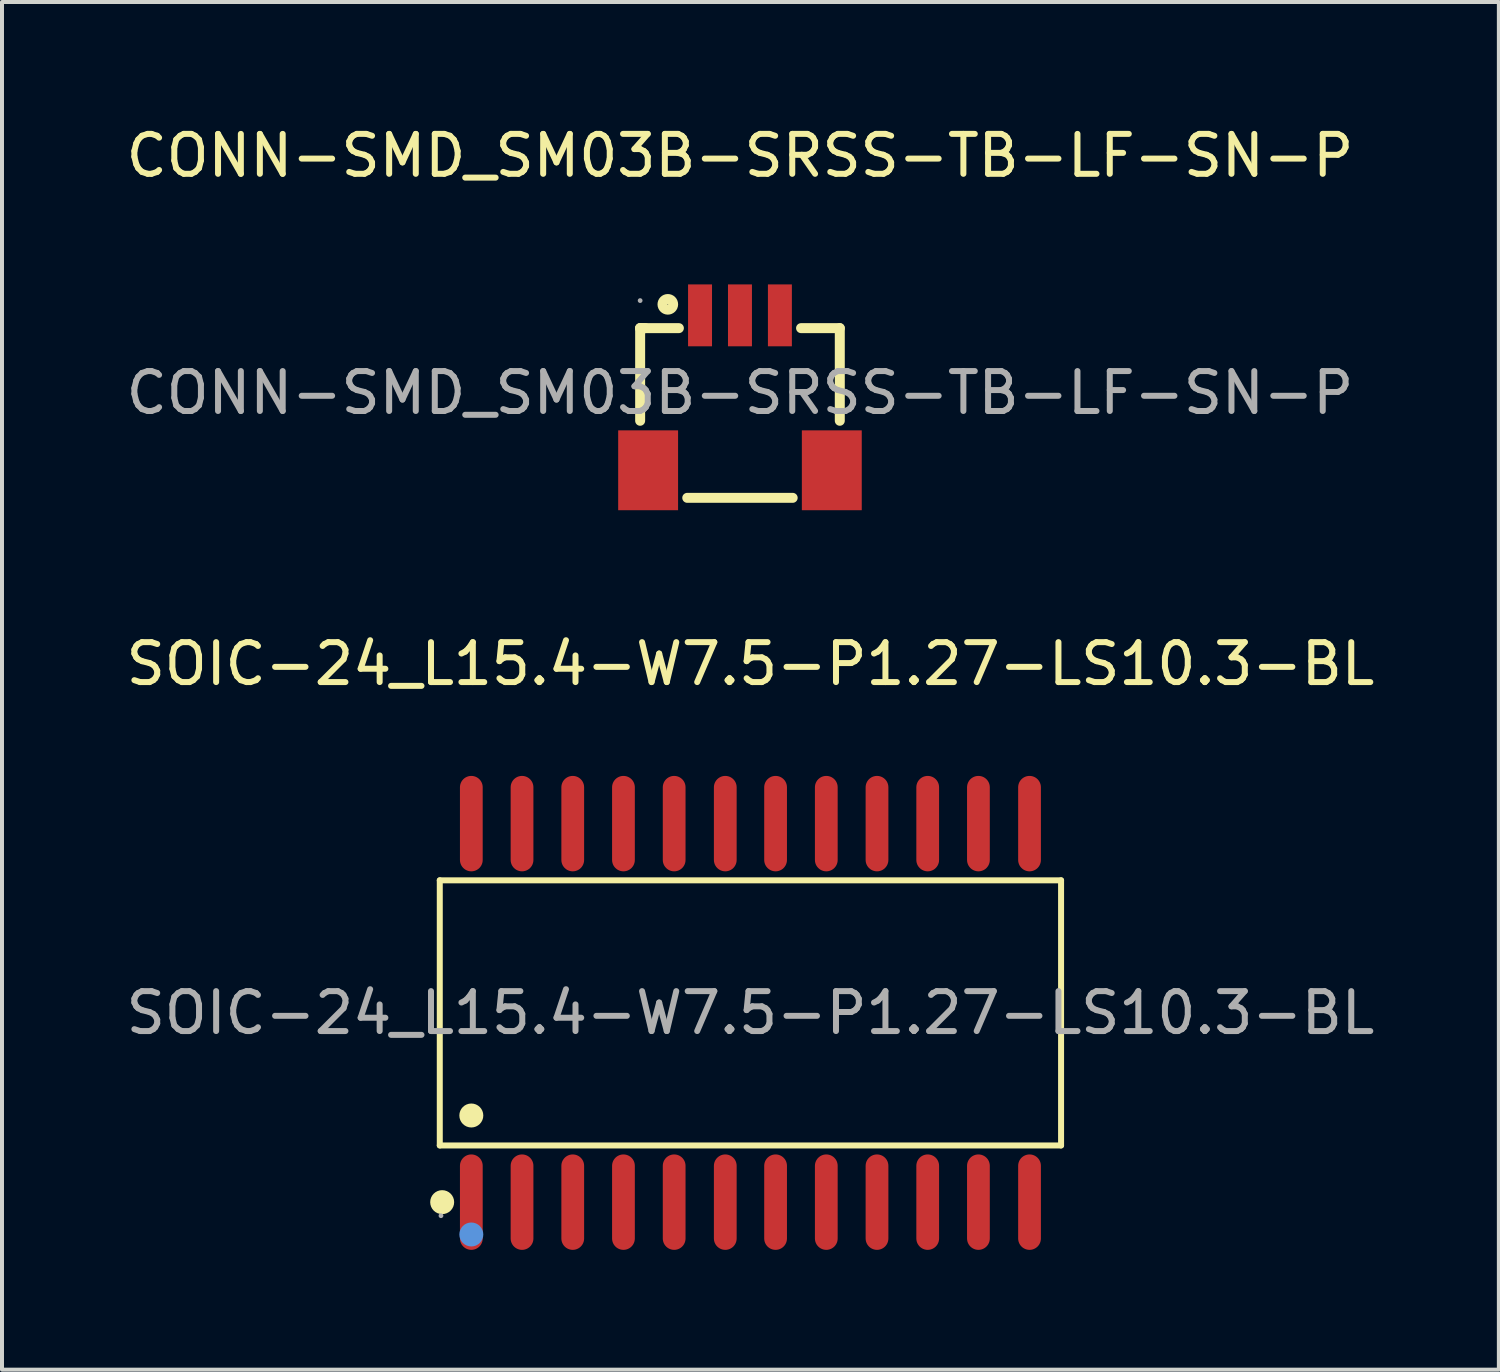
<source format=kicad_pcb>
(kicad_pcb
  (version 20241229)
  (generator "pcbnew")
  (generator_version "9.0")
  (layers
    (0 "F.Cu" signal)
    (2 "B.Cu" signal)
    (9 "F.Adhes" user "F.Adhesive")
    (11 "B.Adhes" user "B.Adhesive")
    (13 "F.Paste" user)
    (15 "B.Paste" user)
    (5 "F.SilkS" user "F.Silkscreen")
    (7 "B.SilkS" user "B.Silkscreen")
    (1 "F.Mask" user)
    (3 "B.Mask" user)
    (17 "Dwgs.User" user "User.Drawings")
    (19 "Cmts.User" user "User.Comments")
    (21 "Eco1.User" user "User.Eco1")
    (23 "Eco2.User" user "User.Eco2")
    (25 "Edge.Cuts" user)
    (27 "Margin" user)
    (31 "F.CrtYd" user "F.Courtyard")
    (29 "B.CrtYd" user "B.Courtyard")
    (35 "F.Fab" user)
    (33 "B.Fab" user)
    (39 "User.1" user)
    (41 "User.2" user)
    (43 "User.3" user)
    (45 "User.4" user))
  (footprint "SOIC-24_L15.4-W7.5-P1.27-LS10.3-BL"
    (layer "F.Cu")
    (at 15.744 22.317)
    (property "Reference" "SOIC-24_L15.4-W7.5-P1.27-LS10.3-BL" (at 0 -8.74 0) (layer "F.SilkS") (effects (font (size 1 1) (thickness 0.15))))
    (attr smd)
    (fp_line (start -7.78 -3.32) (end 7.78 -3.32) (stroke (width 0.15) (type solid)) (layer "F.SilkS"))
    (fp_line (start -7.78 3.32) (end -7.78 -3.32) (stroke (width 0.15) (type solid)) (layer "F.SilkS"))
    (fp_line (start 7.78 -3.32) (end 7.78 3.32) (stroke (width 0.15) (type solid)) (layer "F.SilkS"))
    (fp_line (start 7.78 3.32) (end -7.78 3.32) (stroke (width 0.15) (type solid)) (layer "F.SilkS"))
    (fp_circle (center -7.72 4.74) (end -7.57 4.74) (stroke (width 0.3) (type solid)) (fill no) (layer "F.SilkS"))
    (fp_circle (center -6.99 2.57) (end -6.84 2.57) (stroke (width 0.3) (type solid)) (fill no) (layer "F.SilkS"))
    (fp_circle (center -6.99 5.55) (end -6.84 5.55) (stroke (width 0.3) (type solid)) (fill no) (layer "Cmts.User"))
    (fp_circle (center -7.75 5.08) (end -7.72 5.08) (stroke (width 0.06) (type solid)) (fill no) (layer "F.Fab"))
    (fp_text user "${REFERENCE}" (at 0 0 0) (layer "F.Fab") (effects (font (size 1 1) (thickness 0.15))))
    (pad "1" smd oval (at -6.99 4.74) (size 0.57 2.39) (layers "F.Cu" "F.Mask" "F.Paste"))
    (pad "2" smd oval (at -5.72 4.74) (size 0.57 2.39) (layers "F.Cu" "F.Mask" "F.Paste"))
    (pad "3" smd oval (at -4.45 4.74) (size 0.57 2.39) (layers "F.Cu" "F.Mask" "F.Paste"))
    (pad "4" smd oval (at -3.18 4.74) (size 0.57 2.39) (layers "F.Cu" "F.Mask" "F.Paste"))
    (pad "5" smd oval (at -1.91 4.74) (size 0.57 2.39) (layers "F.Cu" "F.Mask" "F.Paste"))
    (pad "6" smd oval (at -0.63 4.74) (size 0.57 2.39) (layers "F.Cu" "F.Mask" "F.Paste"))
    (pad "7" smd oval (at 0.63 4.74) (size 0.57 2.39) (layers "F.Cu" "F.Mask" "F.Paste"))
    (pad "8" smd oval (at 1.9 4.74) (size 0.57 2.39) (layers "F.Cu" "F.Mask" "F.Paste"))
    (pad "9" smd oval (at 3.17 4.74) (size 0.57 2.39) (layers "F.Cu" "F.Mask" "F.Paste"))
    (pad "10" smd oval (at 4.44 4.74) (size 0.57 2.39) (layers "F.Cu" "F.Mask" "F.Paste"))
    (pad "11" smd oval (at 5.71 4.74) (size 0.57 2.39) (layers "F.Cu" "F.Mask" "F.Paste"))
    (pad "12" smd oval (at 6.99 4.74) (size 0.57 2.39) (layers "F.Cu" "F.Mask" "F.Paste"))
    (pad "13" smd oval (at 6.99 -4.74) (size 0.57 2.39) (layers "F.Cu" "F.Mask" "F.Paste"))
    (pad "14" smd oval (at 5.71 -4.74) (size 0.57 2.39) (layers "F.Cu" "F.Mask" "F.Paste"))
    (pad "15" smd oval (at 4.44 -4.74) (size 0.57 2.39) (layers "F.Cu" "F.Mask" "F.Paste"))
    (pad "16" smd oval (at 3.17 -4.74) (size 0.57 2.39) (layers "F.Cu" "F.Mask" "F.Paste"))
    (pad "17" smd oval (at 1.9 -4.74) (size 0.57 2.39) (layers "F.Cu" "F.Mask" "F.Paste"))
    (pad "18" smd oval (at 0.63 -4.74) (size 0.57 2.39) (layers "F.Cu" "F.Mask" "F.Paste"))
    (pad "19" smd oval (at -0.63 -4.74) (size 0.57 2.39) (layers "F.Cu" "F.Mask" "F.Paste"))
    (pad "20" smd oval (at -1.91 -4.74) (size 0.57 2.39) (layers "F.Cu" "F.Mask" "F.Paste"))
    (pad "21" smd oval (at -3.18 -4.74) (size 0.57 2.39) (layers "F.Cu" "F.Mask" "F.Paste"))
    (pad "22" smd oval (at -4.45 -4.74) (size 0.57 2.39) (layers "F.Cu" "F.Mask" "F.Paste"))
    (pad "23" smd oval (at -5.72 -4.74) (size 0.57 2.39) (layers "F.Cu" "F.Mask" "F.Paste"))
    (pad "24" smd oval (at -6.99 -4.74) (size 0.57 2.39) (layers "F.Cu" "F.Mask" "F.Paste")))
  (footprint "CONN-SMD_SM03B-SRSS-TB-LF-SN-P"
    (layer "F.Cu")
    (at 15.482 6.788)
    (property "Reference" "CONN-SMD_SM03B-SRSS-TB-LF-SN-P" (at 0 -5.94 0) (layer "F.SilkS") (effects (font (size 1 1) (thickness 0.15))))
    (attr smd)
    (fp_line (start -2.5 -1.62) (end -2.5 0.7) (stroke (width 0.25) (type solid)) (layer "F.SilkS"))
    (fp_line (start -2.5 -1.62) (end -1.53 -1.62) (stroke (width 0.25) (type solid)) (layer "F.SilkS"))
    (fp_line (start -2.37 -1.62) (end -2.5 -1.62) (stroke (width 0.25) (type solid)) (layer "F.SilkS"))
    (fp_line (start -1.32 2.63) (end 1.32 2.63) (stroke (width 0.25) (type solid)) (layer "F.SilkS"))
    (fp_line (start 1.53 -1.62) (end 2.5 -1.62) (stroke (width 0.25) (type solid)) (layer "F.SilkS"))
    (fp_line (start 2.5 -1.62) (end 2.5 0.7) (stroke (width 0.25) (type solid)) (layer "F.SilkS"))
    (fp_circle (center -1.807 -2.216) (end -1.68 -2.176) (stroke (width 0.25) (type solid)) (fill no) (layer "F.SilkS"))
    (fp_circle (center -2.5 -2.31) (end -2.47 -2.31) (stroke (width 0.06) (type solid)) (fill no) (layer "F.Fab"))
    (fp_text user "${REFERENCE}" (at 0 0 0) (layer "F.Fab") (effects (font (size 1 1) (thickness 0.15))))
    (pad "1" smd rect (at -1 -1.94) (size 0.6 1.55) (layers "F.Cu" "F.Mask" "F.Paste"))
    (pad "2" smd rect (at 0 -1.94) (size 0.6 1.55) (layers "F.Cu" "F.Mask" "F.Paste"))
    (pad "3" smd rect (at 1 -1.94) (size 0.6 1.55) (layers "F.Cu" "F.Mask" "F.Paste"))
    (pad "4" smd rect (at 2.3 1.94) (size 1.5 2) (layers "F.Cu" "F.Mask" "F.Paste"))
    (pad "5" smd rect (at -2.3 1.94) (size 1.5 2) (layers "F.Cu" "F.Mask" "F.Paste")))
  (gr_rect
    (start -3 -3)
    (end 34.488 31.252)
    (stroke (width 0.1) (type default))
    (fill no)
    (layer "Edge.Cuts")))
</source>
